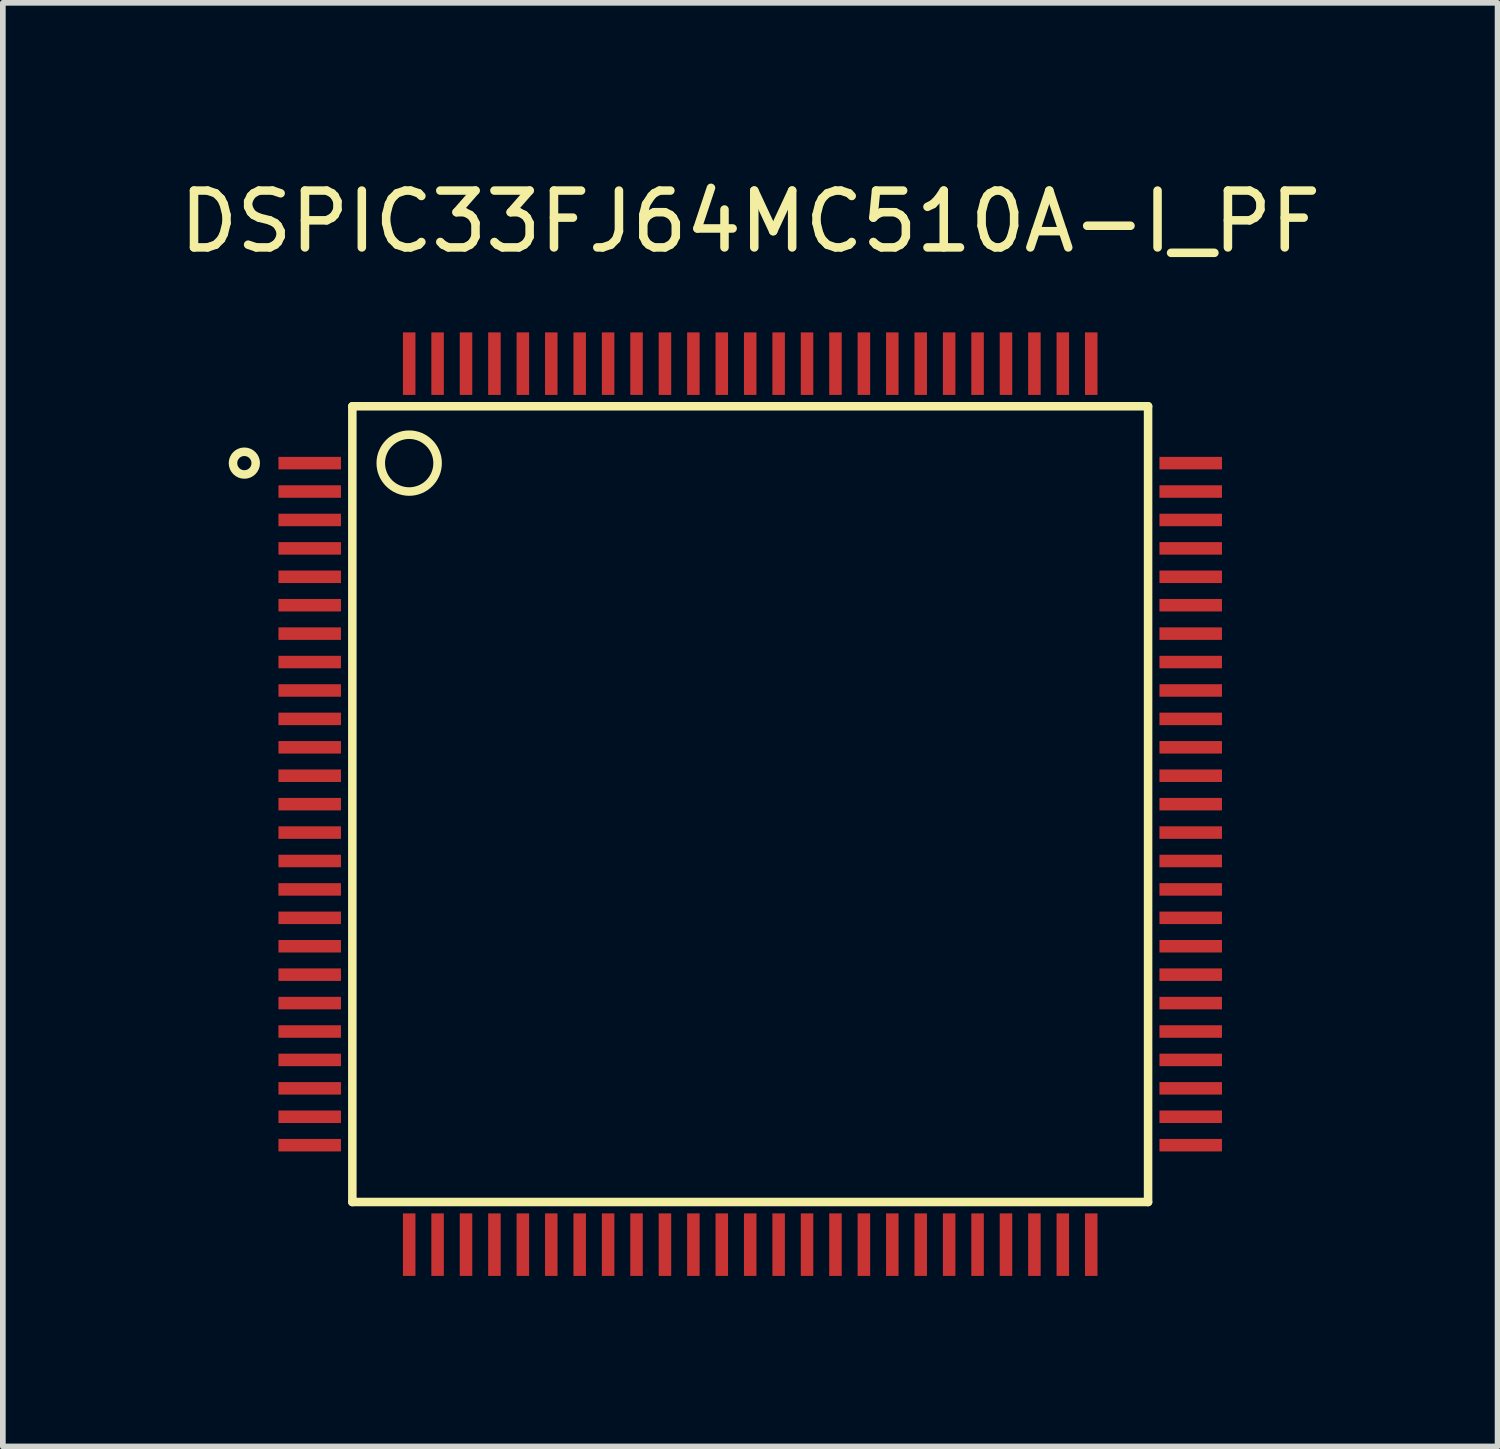
<source format=kicad_pcb>
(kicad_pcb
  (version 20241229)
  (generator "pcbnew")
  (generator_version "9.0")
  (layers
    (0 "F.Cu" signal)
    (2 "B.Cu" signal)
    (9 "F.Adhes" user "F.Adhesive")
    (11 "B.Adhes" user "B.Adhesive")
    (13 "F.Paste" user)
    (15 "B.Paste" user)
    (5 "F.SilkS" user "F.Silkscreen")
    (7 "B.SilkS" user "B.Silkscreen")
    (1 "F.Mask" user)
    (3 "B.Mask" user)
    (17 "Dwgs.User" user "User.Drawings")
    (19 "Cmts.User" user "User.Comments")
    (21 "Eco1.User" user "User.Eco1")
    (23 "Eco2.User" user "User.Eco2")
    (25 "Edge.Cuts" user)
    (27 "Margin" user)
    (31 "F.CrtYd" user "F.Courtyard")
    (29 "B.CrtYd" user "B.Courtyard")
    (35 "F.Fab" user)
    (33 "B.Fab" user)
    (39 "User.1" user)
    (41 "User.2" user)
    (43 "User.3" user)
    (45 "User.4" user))
  (footprint "DSPIC33FJ64MC510A-I_PF"
    (layer "F.Cu")
    (at 2.399 3.348)
    (property "Reference" "DSPIC33FJ64MC510A-I_PF" (at 7.75 -2.5 0) (layer "F.SilkS") (effects (font (size 1 1) (thickness 0.15))))
    (attr through_hole)
    (fp_line (start 0.75 0.75) (end 0.75 14.75) (stroke (width 0.15) (type solid)) (layer "F.SilkS"))
    (fp_line (start 0.75 0.75) (end 14.75 0.75) (stroke (width 0.15) (type solid)) (layer "F.SilkS"))
    (fp_line (start 0.75 14.75) (end 14.75 14.75) (stroke (width 0.15) (type solid)) (layer "F.SilkS"))
    (fp_line (start 14.75 14.75) (end 14.75 0.75) (stroke (width 0.15) (type solid)) (layer "F.SilkS"))
    (fp_circle (center -1.15 1.75) (end -1.15 1.55) (stroke (width 0.15) (type solid)) (fill no) (layer "F.SilkS"))
    (fp_circle (center 1.75 1.75) (end 1.75 1.25) (stroke (width 0.15) (type solid)) (fill no) (layer "F.SilkS"))
    (pad "1" smd rect (at 0 1.75) (size 1.1 0.22) (layers "F.Cu" "F.Mask" "F.Paste"))
    (pad "2" smd rect (at 0 2.25) (size 1.1 0.22) (layers "F.Cu" "F.Mask" "F.Paste"))
    (pad "3" smd rect (at 0 2.75) (size 1.1 0.22) (layers "F.Cu" "F.Mask" "F.Paste"))
    (pad "4" smd rect (at 0 3.25) (size 1.1 0.22) (layers "F.Cu" "F.Mask" "F.Paste"))
    (pad "5" smd rect (at 0 3.75) (size 1.1 0.22) (layers "F.Cu" "F.Mask" "F.Paste"))
    (pad "6" smd rect (at 0 4.25) (size 1.1 0.22) (layers "F.Cu" "F.Mask" "F.Paste"))
    (pad "7" smd rect (at 0 4.75) (size 1.1 0.22) (layers "F.Cu" "F.Mask" "F.Paste"))
    (pad "8" smd rect (at 0 5.25) (size 1.1 0.22) (layers "F.Cu" "F.Mask" "F.Paste"))
    (pad "9" smd rect (at 0 5.75) (size 1.1 0.22) (layers "F.Cu" "F.Mask" "F.Paste"))
    (pad "10" smd rect (at 0 6.25) (size 1.1 0.22) (layers "F.Cu" "F.Mask" "F.Paste"))
    (pad "11" smd rect (at 0 6.75) (size 1.1 0.22) (layers "F.Cu" "F.Mask" "F.Paste"))
    (pad "12" smd rect (at 0 7.25) (size 1.1 0.22) (layers "F.Cu" "F.Mask" "F.Paste"))
    (pad "13" smd rect (at 0 7.75) (size 1.1 0.22) (layers "F.Cu" "F.Mask" "F.Paste"))
    (pad "14" smd rect (at 0 8.25) (size 1.1 0.22) (layers "F.Cu" "F.Mask" "F.Paste"))
    (pad "15" smd rect (at 0 8.75) (size 1.1 0.22) (layers "F.Cu" "F.Mask" "F.Paste"))
    (pad "16" smd rect (at 0 9.25) (size 1.1 0.22) (layers "F.Cu" "F.Mask" "F.Paste"))
    (pad "17" smd rect (at 0 9.75) (size 1.1 0.22) (layers "F.Cu" "F.Mask" "F.Paste"))
    (pad "18" smd rect (at 0 10.25) (size 1.1 0.22) (layers "F.Cu" "F.Mask" "F.Paste"))
    (pad "19" smd rect (at 0 10.75) (size 1.1 0.22) (layers "F.Cu" "F.Mask" "F.Paste"))
    (pad "20" smd rect (at 0 11.25) (size 1.1 0.22) (layers "F.Cu" "F.Mask" "F.Paste"))
    (pad "21" smd rect (at 0 11.75) (size 1.1 0.22) (layers "F.Cu" "F.Mask" "F.Paste"))
    (pad "22" smd rect (at 0 12.25) (size 1.1 0.22) (layers "F.Cu" "F.Mask" "F.Paste"))
    (pad "23" smd rect (at 0 12.75) (size 1.1 0.22) (layers "F.Cu" "F.Mask" "F.Paste"))
    (pad "24" smd rect (at 0 13.25) (size 1.1 0.22) (layers "F.Cu" "F.Mask" "F.Paste"))
    (pad "25" smd rect (at 0 13.75) (size 1.1 0.22) (layers "F.Cu" "F.Mask" "F.Paste"))
    (pad "26" smd rect (at 1.75 15.5) (size 0.22 1.1) (layers "F.Cu" "F.Mask" "F.Paste"))
    (pad "27" smd rect (at 2.25 15.5) (size 0.22 1.1) (layers "F.Cu" "F.Mask" "F.Paste"))
    (pad "28" smd rect (at 2.75 15.5) (size 0.22 1.1) (layers "F.Cu" "F.Mask" "F.Paste"))
    (pad "29" smd rect (at 3.25 15.5) (size 0.22 1.1) (layers "F.Cu" "F.Mask" "F.Paste"))
    (pad "30" smd rect (at 3.75 15.5) (size 0.22 1.1) (layers "F.Cu" "F.Mask" "F.Paste"))
    (pad "31" smd rect (at 4.25 15.5) (size 0.22 1.1) (layers "F.Cu" "F.Mask" "F.Paste"))
    (pad "32" smd rect (at 4.75 15.5) (size 0.22 1.1) (layers "F.Cu" "F.Mask" "F.Paste"))
    (pad "33" smd rect (at 5.25 15.5) (size 0.22 1.1) (layers "F.Cu" "F.Mask" "F.Paste"))
    (pad "34" smd rect (at 5.75 15.5) (size 0.22 1.1) (layers "F.Cu" "F.Mask" "F.Paste"))
    (pad "35" smd rect (at 6.25 15.5) (size 0.22 1.1) (layers "F.Cu" "F.Mask" "F.Paste"))
    (pad "36" smd rect (at 6.75 15.5) (size 0.22 1.1) (layers "F.Cu" "F.Mask" "F.Paste"))
    (pad "37" smd rect (at 7.25 15.5) (size 0.22 1.1) (layers "F.Cu" "F.Mask" "F.Paste"))
    (pad "38" smd rect (at 7.75 15.5) (size 0.22 1.1) (layers "F.Cu" "F.Mask" "F.Paste"))
    (pad "39" smd rect (at 8.25 15.5) (size 0.22 1.1) (layers "F.Cu" "F.Mask" "F.Paste"))
    (pad "40" smd rect (at 8.75 15.5) (size 0.22 1.1) (layers "F.Cu" "F.Mask" "F.Paste"))
    (pad "41" smd rect (at 9.25 15.5) (size 0.22 1.1) (layers "F.Cu" "F.Mask" "F.Paste"))
    (pad "42" smd rect (at 9.75 15.5) (size 0.22 1.1) (layers "F.Cu" "F.Mask" "F.Paste"))
    (pad "43" smd rect (at 10.25 15.5) (size 0.22 1.1) (layers "F.Cu" "F.Mask" "F.Paste"))
    (pad "44" smd rect (at 10.75 15.5) (size 0.22 1.1) (layers "F.Cu" "F.Mask" "F.Paste"))
    (pad "45" smd rect (at 11.25 15.5) (size 0.22 1.1) (layers "F.Cu" "F.Mask" "F.Paste"))
    (pad "46" smd rect (at 11.75 15.5) (size 0.22 1.1) (layers "F.Cu" "F.Mask" "F.Paste"))
    (pad "47" smd rect (at 12.25 15.5) (size 0.22 1.1) (layers "F.Cu" "F.Mask" "F.Paste"))
    (pad "48" smd rect (at 12.75 15.5) (size 0.22 1.1) (layers "F.Cu" "F.Mask" "F.Paste"))
    (pad "49" smd rect (at 13.25 15.5) (size 0.22 1.1) (layers "F.Cu" "F.Mask" "F.Paste"))
    (pad "50" smd rect (at 13.75 15.5) (size 0.22 1.1) (layers "F.Cu" "F.Mask" "F.Paste"))
    (pad "51" smd rect (at 15.5 13.75) (size 1.1 0.22) (layers "F.Cu" "F.Mask" "F.Paste"))
    (pad "52" smd rect (at 15.5 13.25) (size 1.1 0.22) (layers "F.Cu" "F.Mask" "F.Paste"))
    (pad "53" smd rect (at 15.5 12.75) (size 1.1 0.22) (layers "F.Cu" "F.Mask" "F.Paste"))
    (pad "54" smd rect (at 15.5 12.25) (size 1.1 0.22) (layers "F.Cu" "F.Mask" "F.Paste"))
    (pad "55" smd rect (at 15.5 11.75) (size 1.1 0.22) (layers "F.Cu" "F.Mask" "F.Paste"))
    (pad "56" smd rect (at 15.5 11.25) (size 1.1 0.22) (layers "F.Cu" "F.Mask" "F.Paste"))
    (pad "57" smd rect (at 15.5 10.75) (size 1.1 0.22) (layers "F.Cu" "F.Mask" "F.Paste"))
    (pad "58" smd rect (at 15.5 10.25) (size 1.1 0.22) (layers "F.Cu" "F.Mask" "F.Paste"))
    (pad "59" smd rect (at 15.5 9.75) (size 1.1 0.22) (layers "F.Cu" "F.Mask" "F.Paste"))
    (pad "60" smd rect (at 15.5 9.25) (size 1.1 0.22) (layers "F.Cu" "F.Mask" "F.Paste"))
    (pad "61" smd rect (at 15.5 8.75) (size 1.1 0.22) (layers "F.Cu" "F.Mask" "F.Paste"))
    (pad "62" smd rect (at 15.5 8.25) (size 1.1 0.22) (layers "F.Cu" "F.Mask" "F.Paste"))
    (pad "63" smd rect (at 15.5 7.75) (size 1.1 0.22) (layers "F.Cu" "F.Mask" "F.Paste"))
    (pad "64" smd rect (at 15.5 7.25) (size 1.1 0.22) (layers "F.Cu" "F.Mask" "F.Paste"))
    (pad "65" smd rect (at 15.5 6.75) (size 1.1 0.22) (layers "F.Cu" "F.Mask" "F.Paste"))
    (pad "66" smd rect (at 15.5 6.25) (size 1.1 0.22) (layers "F.Cu" "F.Mask" "F.Paste"))
    (pad "67" smd rect (at 15.5 5.75) (size 1.1 0.22) (layers "F.Cu" "F.Mask" "F.Paste"))
    (pad "68" smd rect (at 15.5 5.25) (size 1.1 0.22) (layers "F.Cu" "F.Mask" "F.Paste"))
    (pad "69" smd rect (at 15.5 4.75) (size 1.1 0.22) (layers "F.Cu" "F.Mask" "F.Paste"))
    (pad "70" smd rect (at 15.5 4.25) (size 1.1 0.22) (layers "F.Cu" "F.Mask" "F.Paste"))
    (pad "71" smd rect (at 15.5 3.75) (size 1.1 0.22) (layers "F.Cu" "F.Mask" "F.Paste"))
    (pad "72" smd rect (at 15.5 3.25) (size 1.1 0.22) (layers "F.Cu" "F.Mask" "F.Paste"))
    (pad "73" smd rect (at 15.5 2.75) (size 1.1 0.22) (layers "F.Cu" "F.Mask" "F.Paste"))
    (pad "74" smd rect (at 15.5 2.25) (size 1.1 0.22) (layers "F.Cu" "F.Mask" "F.Paste"))
    (pad "75" smd rect (at 15.5 1.75) (size 1.1 0.22) (layers "F.Cu" "F.Mask" "F.Paste"))
    (pad "76" smd rect (at 13.75 0) (size 0.22 1.1) (layers "F.Cu" "F.Mask" "F.Paste"))
    (pad "77" smd rect (at 13.25 0) (size 0.22 1.1) (layers "F.Cu" "F.Mask" "F.Paste"))
    (pad "78" smd rect (at 12.75 0) (size 0.22 1.1) (layers "F.Cu" "F.Mask" "F.Paste"))
    (pad "79" smd rect (at 12.25 0) (size 0.22 1.1) (layers "F.Cu" "F.Mask" "F.Paste"))
    (pad "80" smd rect (at 11.75 0) (size 0.22 1.1) (layers "F.Cu" "F.Mask" "F.Paste"))
    (pad "81" smd rect (at 11.25 0) (size 0.22 1.1) (layers "F.Cu" "F.Mask" "F.Paste"))
    (pad "82" smd rect (at 10.75 0) (size 0.22 1.1) (layers "F.Cu" "F.Mask" "F.Paste"))
    (pad "83" smd rect (at 10.25 0) (size 0.22 1.1) (layers "F.Cu" "F.Mask" "F.Paste"))
    (pad "84" smd rect (at 9.75 0) (size 0.22 1.1) (layers "F.Cu" "F.Mask" "F.Paste"))
    (pad "85" smd rect (at 9.25 0) (size 0.22 1.1) (layers "F.Cu" "F.Mask" "F.Paste"))
    (pad "86" smd rect (at 8.75 0) (size 0.22 1.1) (layers "F.Cu" "F.Mask" "F.Paste"))
    (pad "87" smd rect (at 8.25 0) (size 0.22 1.1) (layers "F.Cu" "F.Mask" "F.Paste"))
    (pad "88" smd rect (at 7.75 0) (size 0.22 1.1) (layers "F.Cu" "F.Mask" "F.Paste"))
    (pad "89" smd rect (at 7.25 0) (size 0.22 1.1) (layers "F.Cu" "F.Mask" "F.Paste"))
    (pad "90" smd rect (at 6.75 0) (size 0.22 1.1) (layers "F.Cu" "F.Mask" "F.Paste"))
    (pad "91" smd rect (at 6.25 0) (size 0.22 1.1) (layers "F.Cu" "F.Mask" "F.Paste"))
    (pad "92" smd rect (at 5.75 0) (size 0.22 1.1) (layers "F.Cu" "F.Mask" "F.Paste"))
    (pad "93" smd rect (at 5.25 0) (size 0.22 1.1) (layers "F.Cu" "F.Mask" "F.Paste"))
    (pad "94" smd rect (at 4.75 0) (size 0.22 1.1) (layers "F.Cu" "F.Mask" "F.Paste"))
    (pad "95" smd rect (at 4.25 0) (size 0.22 1.1) (layers "F.Cu" "F.Mask" "F.Paste"))
    (pad "96" smd rect (at 3.75 0) (size 0.22 1.1) (layers "F.Cu" "F.Mask" "F.Paste"))
    (pad "97" smd rect (at 3.25 0) (size 0.22 1.1) (layers "F.Cu" "F.Mask" "F.Paste"))
    (pad "98" smd rect (at 2.75 0) (size 0.22 1.1) (layers "F.Cu" "F.Mask" "F.Paste"))
    (pad "99" smd rect (at 2.25 0) (size 0.22 1.1) (layers "F.Cu" "F.Mask" "F.Paste"))
    (pad "100" smd rect (at 1.75 0) (size 0.22 1.1) (layers "F.Cu" "F.Mask" "F.Paste")))
  (gr_rect
    (start -3 -3)
    (end 23.298 22.398)
    (stroke (width 0.1) (type default))
    (fill no)
    (layer "Edge.Cuts")))
</source>
